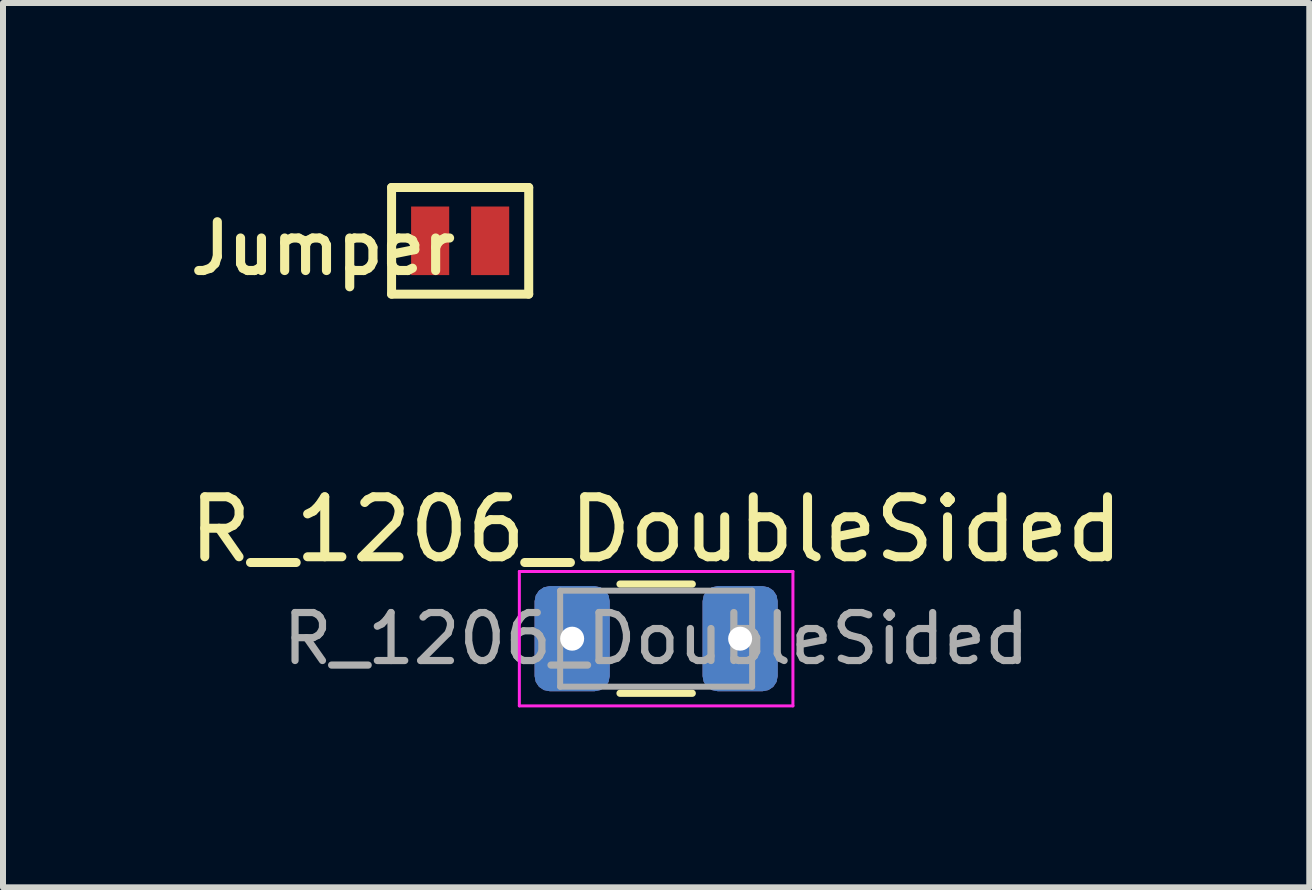
<source format=kicad_pcb>
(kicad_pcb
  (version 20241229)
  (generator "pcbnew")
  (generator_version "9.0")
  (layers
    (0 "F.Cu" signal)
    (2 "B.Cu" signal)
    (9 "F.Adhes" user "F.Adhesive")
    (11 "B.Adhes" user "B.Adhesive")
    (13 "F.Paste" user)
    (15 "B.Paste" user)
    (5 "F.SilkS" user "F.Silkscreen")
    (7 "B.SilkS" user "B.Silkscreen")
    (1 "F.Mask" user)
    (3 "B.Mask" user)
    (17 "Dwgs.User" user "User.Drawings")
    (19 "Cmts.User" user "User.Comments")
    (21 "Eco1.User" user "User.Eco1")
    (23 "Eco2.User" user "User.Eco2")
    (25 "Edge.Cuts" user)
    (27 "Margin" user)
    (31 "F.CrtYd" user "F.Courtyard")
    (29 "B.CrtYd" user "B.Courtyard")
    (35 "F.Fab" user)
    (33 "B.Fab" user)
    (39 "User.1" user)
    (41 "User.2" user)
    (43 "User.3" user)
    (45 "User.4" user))
  (footprint "Jumper"
    (layer "F.Cu")
    (at 4.62 0.964)
    (property "Reference" "Jumper" (at -2.286 0.127 0) (layer "F.SilkS") (effects (font (size 0.813 0.813) (thickness 0.152))))
    (attr smd)
    (fp_line (start -1.143 -0.889) (end 1.143 -0.889) (stroke (width 0.15) (type solid)) (layer "F.SilkS"))
    (fp_line (start -1.143 0.889) (end -1.143 -0.889) (stroke (width 0.15) (type solid)) (layer "F.SilkS"))
    (fp_line (start 1.143 -0.889) (end 1.143 0.889) (stroke (width 0.15) (type solid)) (layer "F.SilkS"))
    (fp_line (start 1.143 0.889) (end -1.143 0.889) (stroke (width 0.15) (type solid)) (layer "F.SilkS"))
    (pad "1" smd rect (at -0.5 0) (size 0.635 1.143) (layers "F.Cu" "F.Mask" "F.Paste"))
    (pad "2" smd rect (at 0.5 0) (size 0.635 1.143) (layers "F.Cu" "F.Mask" "F.Paste")))
  (footprint "R_1206_DoubleSided"
    (layer "F.Cu")
    (at 7.887 7.596)
    (property "Reference" "R_1206_DoubleSided" (at 0 -1.82 0) (layer "F.SilkS") (effects (font (size 1 1) (thickness 0.15))))
    (attr smd)
    (fp_line (start -0.602 -0.91) (end 0.602 -0.91) (stroke (width 0.12) (type solid)) (layer "F.SilkS"))
    (fp_line (start -0.602 0.91) (end 0.602 0.91) (stroke (width 0.12) (type solid)) (layer "F.SilkS"))
    (fp_line (start -2.28 -1.12) (end 2.28 -1.12) (stroke (width 0.05) (type solid)) (layer "F.CrtYd"))
    (fp_line (start -2.28 1.12) (end -2.28 -1.12) (stroke (width 0.05) (type solid)) (layer "F.CrtYd"))
    (fp_line (start 2.28 -1.12) (end 2.28 1.12) (stroke (width 0.05) (type solid)) (layer "F.CrtYd"))
    (fp_line (start 2.28 1.12) (end -2.28 1.12) (stroke (width 0.05) (type solid)) (layer "F.CrtYd"))
    (fp_line (start -1.6 -0.8) (end 1.6 -0.8) (stroke (width 0.1) (type solid)) (layer "F.Fab"))
    (fp_line (start -1.6 0.8) (end -1.6 -0.8) (stroke (width 0.1) (type solid)) (layer "F.Fab"))
    (fp_line (start 1.6 -0.8) (end 1.6 0.8) (stroke (width 0.1) (type solid)) (layer "F.Fab"))
    (fp_line (start 1.6 0.8) (end -1.6 0.8) (stroke (width 0.1) (type solid)) (layer "F.Fab"))
    (fp_text user "${REFERENCE}" (at 0 0 0) (layer "F.Fab") (effects (font (size 0.8 0.8) (thickness 0.12))))
    (pad "1" thru_hole roundrect (at -1.4 0) (size 1.25 1.75) (drill 0.4) (layers "*.Cu" "*.Mask") (roundrect_rratio 0.2))
    (pad "1" smd roundrect (at -1.4 0) (size 1.25 1.75) (layers "B.Cu" "B.Mask" "B.Paste") (roundrect_rratio 0.2))
    (pad "2" thru_hole roundrect (at 1.4 0) (size 1.25 1.75) (drill 0.4) (layers "*.Cu" "*.Mask") (roundrect_rratio 0.2))
    (pad "2" smd roundrect (at 1.4 0) (size 1.25 1.75) (layers "B.Cu" "B.Mask" "B.Paste") (roundrect_rratio 0.2)))
  (gr_rect
    (start -3 -3)
    (end 18.774 11.741)
    (stroke (width 0.1) (type default))
    (fill no)
    (layer "Edge.Cuts")))
</source>
